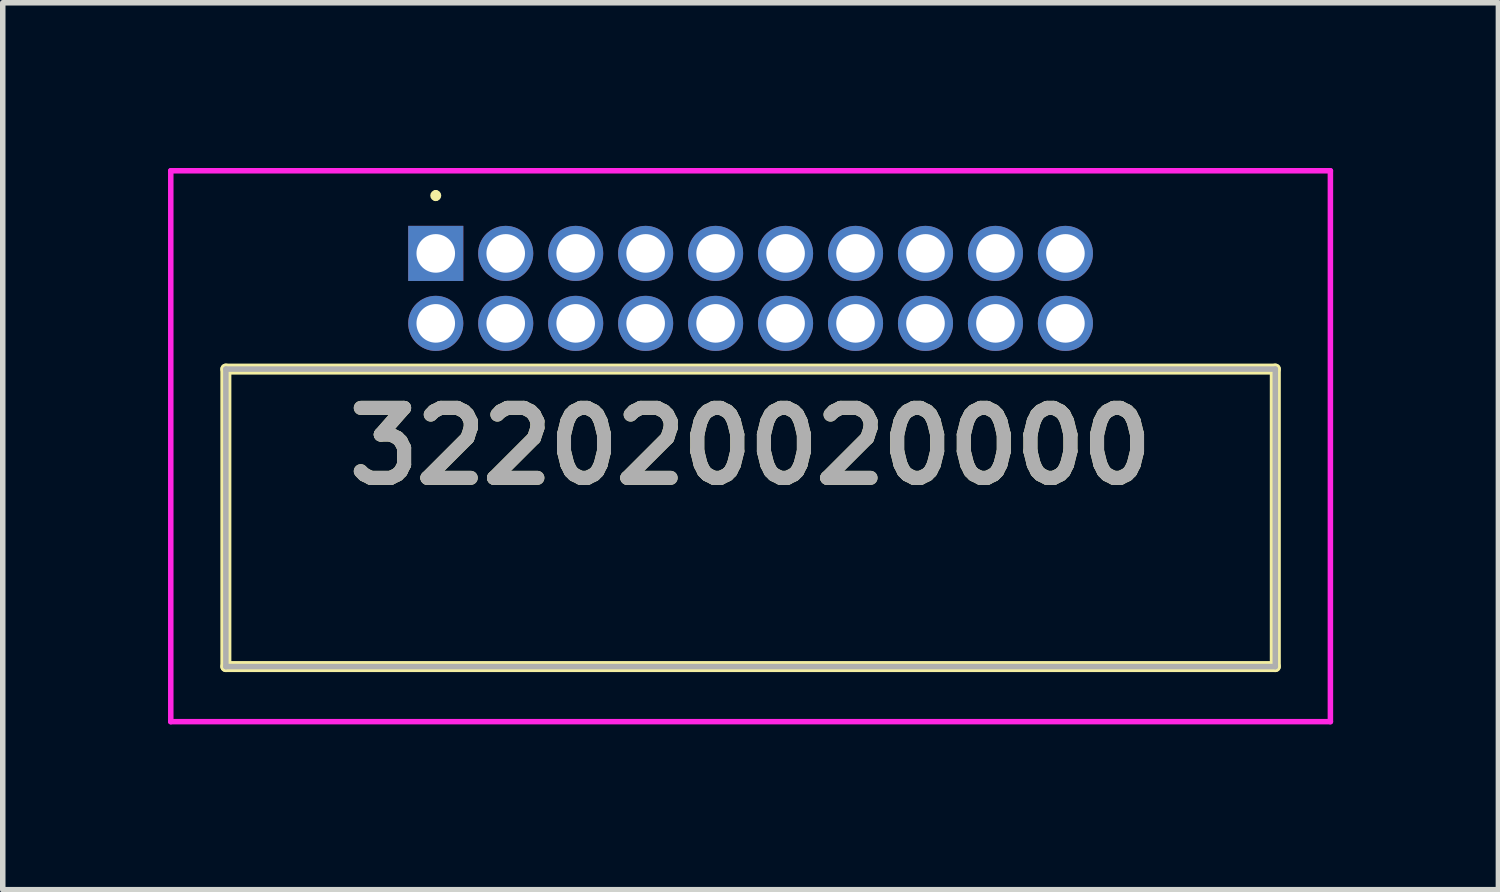
<source format=kicad_pcb>
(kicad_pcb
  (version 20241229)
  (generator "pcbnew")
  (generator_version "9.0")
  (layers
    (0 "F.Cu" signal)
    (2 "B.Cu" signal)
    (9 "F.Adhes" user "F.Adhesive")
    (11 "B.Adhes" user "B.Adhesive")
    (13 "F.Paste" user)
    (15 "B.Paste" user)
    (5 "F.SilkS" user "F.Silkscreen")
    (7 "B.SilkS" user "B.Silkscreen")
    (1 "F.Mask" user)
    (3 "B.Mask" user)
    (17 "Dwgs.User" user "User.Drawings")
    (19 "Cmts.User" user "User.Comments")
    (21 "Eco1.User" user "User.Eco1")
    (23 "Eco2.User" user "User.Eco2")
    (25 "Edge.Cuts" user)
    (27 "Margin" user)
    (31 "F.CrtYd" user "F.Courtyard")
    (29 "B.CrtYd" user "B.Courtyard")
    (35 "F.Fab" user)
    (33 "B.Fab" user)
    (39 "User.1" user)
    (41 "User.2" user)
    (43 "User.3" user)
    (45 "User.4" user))
  (footprint "322020020000"
    (layer "F.Cu")
    (at 4.86 1.55)
    (property "Reference" "322020020000" (at 5.715 3.5 0) (layer "F.SilkS") (effects (font (size 1.27 1.27) (thickness 0.254))))
    (attr through_hole)
    (fp_line (start -3.81 2.1) (end 15.24 2.1) (stroke (width 0.2) (type solid)) (layer "F.SilkS"))
    (fp_line (start -3.81 7.5) (end -3.81 2.1) (stroke (width 0.2) (type solid)) (layer "F.SilkS"))
    (fp_line (start 0 -1.1) (end 0 -1.1) (stroke (width 0.1) (type solid)) (layer "F.SilkS"))
    (fp_line (start 0 -1) (end 0 -1) (stroke (width 0.1) (type solid)) (layer "F.SilkS"))
    (fp_line (start 15.24 2.1) (end 15.24 7.5) (stroke (width 0.2) (type solid)) (layer "F.SilkS"))
    (fp_line (start 15.24 7.5) (end -3.81 7.5) (stroke (width 0.2) (type solid)) (layer "F.SilkS"))
    (fp_arc (start 0 -1.1) (mid 0.05 -1.05) (end 0 -1) (stroke (width 0.1) (type solid)) (layer "F.SilkS"))
    (fp_arc (start 0 -1) (mid -0.05 -1.05) (end 0 -1.1) (stroke (width 0.1) (type solid)) (layer "F.SilkS"))
    (fp_line (start -4.81 -1.5) (end 16.24 -1.5) (stroke (width 0.1) (type solid)) (layer "F.CrtYd"))
    (fp_line (start -4.81 8.5) (end -4.81 -1.5) (stroke (width 0.1) (type solid)) (layer "F.CrtYd"))
    (fp_line (start 16.24 -1.5) (end 16.24 8.5) (stroke (width 0.1) (type solid)) (layer "F.CrtYd"))
    (fp_line (start 16.24 8.5) (end -4.81 8.5) (stroke (width 0.1) (type solid)) (layer "F.CrtYd"))
    (fp_line (start -3.81 2.1) (end -3.81 7.5) (stroke (width 0.1) (type solid)) (layer "F.Fab"))
    (fp_line (start -3.81 7.5) (end 15.24 7.5) (stroke (width 0.1) (type solid)) (layer "F.Fab"))
    (fp_line (start 15.24 2.1) (end -3.81 2.1) (stroke (width 0.1) (type solid)) (layer "F.Fab"))
    (fp_line (start 15.24 7.5) (end 15.24 2.1) (stroke (width 0.1) (type solid)) (layer "F.Fab"))
    (fp_text user "${REFERENCE}" (at 5.715 3.5 0) (layer "F.Fab") (effects (font (size 1.27 1.27) (thickness 0.254))))
    (pad "1" thru_hole rect (at 0 0) (size 1 1) (drill 0.7) (layers "*.Cu" "*.Mask"))
    (pad "2" thru_hole circle (at 0 1.27) (size 1 1) (drill 0.7) (layers "*.Cu" "*.Mask"))
    (pad "3" thru_hole circle (at 1.27 0) (size 1 1) (drill 0.7) (layers "*.Cu" "*.Mask"))
    (pad "4" thru_hole circle (at 1.27 1.27) (size 1 1) (drill 0.7) (layers "*.Cu" "*.Mask"))
    (pad "5" thru_hole circle (at 2.54 0) (size 1 1) (drill 0.7) (layers "*.Cu" "*.Mask"))
    (pad "6" thru_hole circle (at 2.54 1.27) (size 1 1) (drill 0.7) (layers "*.Cu" "*.Mask"))
    (pad "7" thru_hole circle (at 3.81 0) (size 1 1) (drill 0.7) (layers "*.Cu" "*.Mask"))
    (pad "8" thru_hole circle (at 3.81 1.27) (size 1 1) (drill 0.7) (layers "*.Cu" "*.Mask"))
    (pad "9" thru_hole circle (at 5.08 0) (size 1 1) (drill 0.7) (layers "*.Cu" "*.Mask"))
    (pad "10" thru_hole circle (at 5.08 1.27) (size 1 1) (drill 0.7) (layers "*.Cu" "*.Mask"))
    (pad "11" thru_hole circle (at 6.35 0) (size 1 1) (drill 0.7) (layers "*.Cu" "*.Mask"))
    (pad "12" thru_hole circle (at 6.35 1.27) (size 1 1) (drill 0.7) (layers "*.Cu" "*.Mask"))
    (pad "13" thru_hole circle (at 7.62 0) (size 1 1) (drill 0.7) (layers "*.Cu" "*.Mask"))
    (pad "14" thru_hole circle (at 7.62 1.27) (size 1 1) (drill 0.7) (layers "*.Cu" "*.Mask"))
    (pad "15" thru_hole circle (at 8.89 0) (size 1 1) (drill 0.7) (layers "*.Cu" "*.Mask"))
    (pad "16" thru_hole circle (at 8.89 1.27) (size 1 1) (drill 0.7) (layers "*.Cu" "*.Mask"))
    (pad "17" thru_hole circle (at 10.16 0) (size 1 1) (drill 0.7) (layers "*.Cu" "*.Mask"))
    (pad "18" thru_hole circle (at 10.16 1.27) (size 1 1) (drill 0.7) (layers "*.Cu" "*.Mask"))
    (pad "19" thru_hole circle (at 11.43 0) (size 1 1) (drill 0.7) (layers "*.Cu" "*.Mask"))
    (pad "20" thru_hole circle (at 11.43 1.27) (size 1 1) (drill 0.7) (layers "*.Cu" "*.Mask")))
  (gr_rect
    (start -3 -3)
    (end 24.15 13.1)
    (stroke (width 0.1) (type default))
    (fill no)
    (layer "Edge.Cuts")))
</source>
